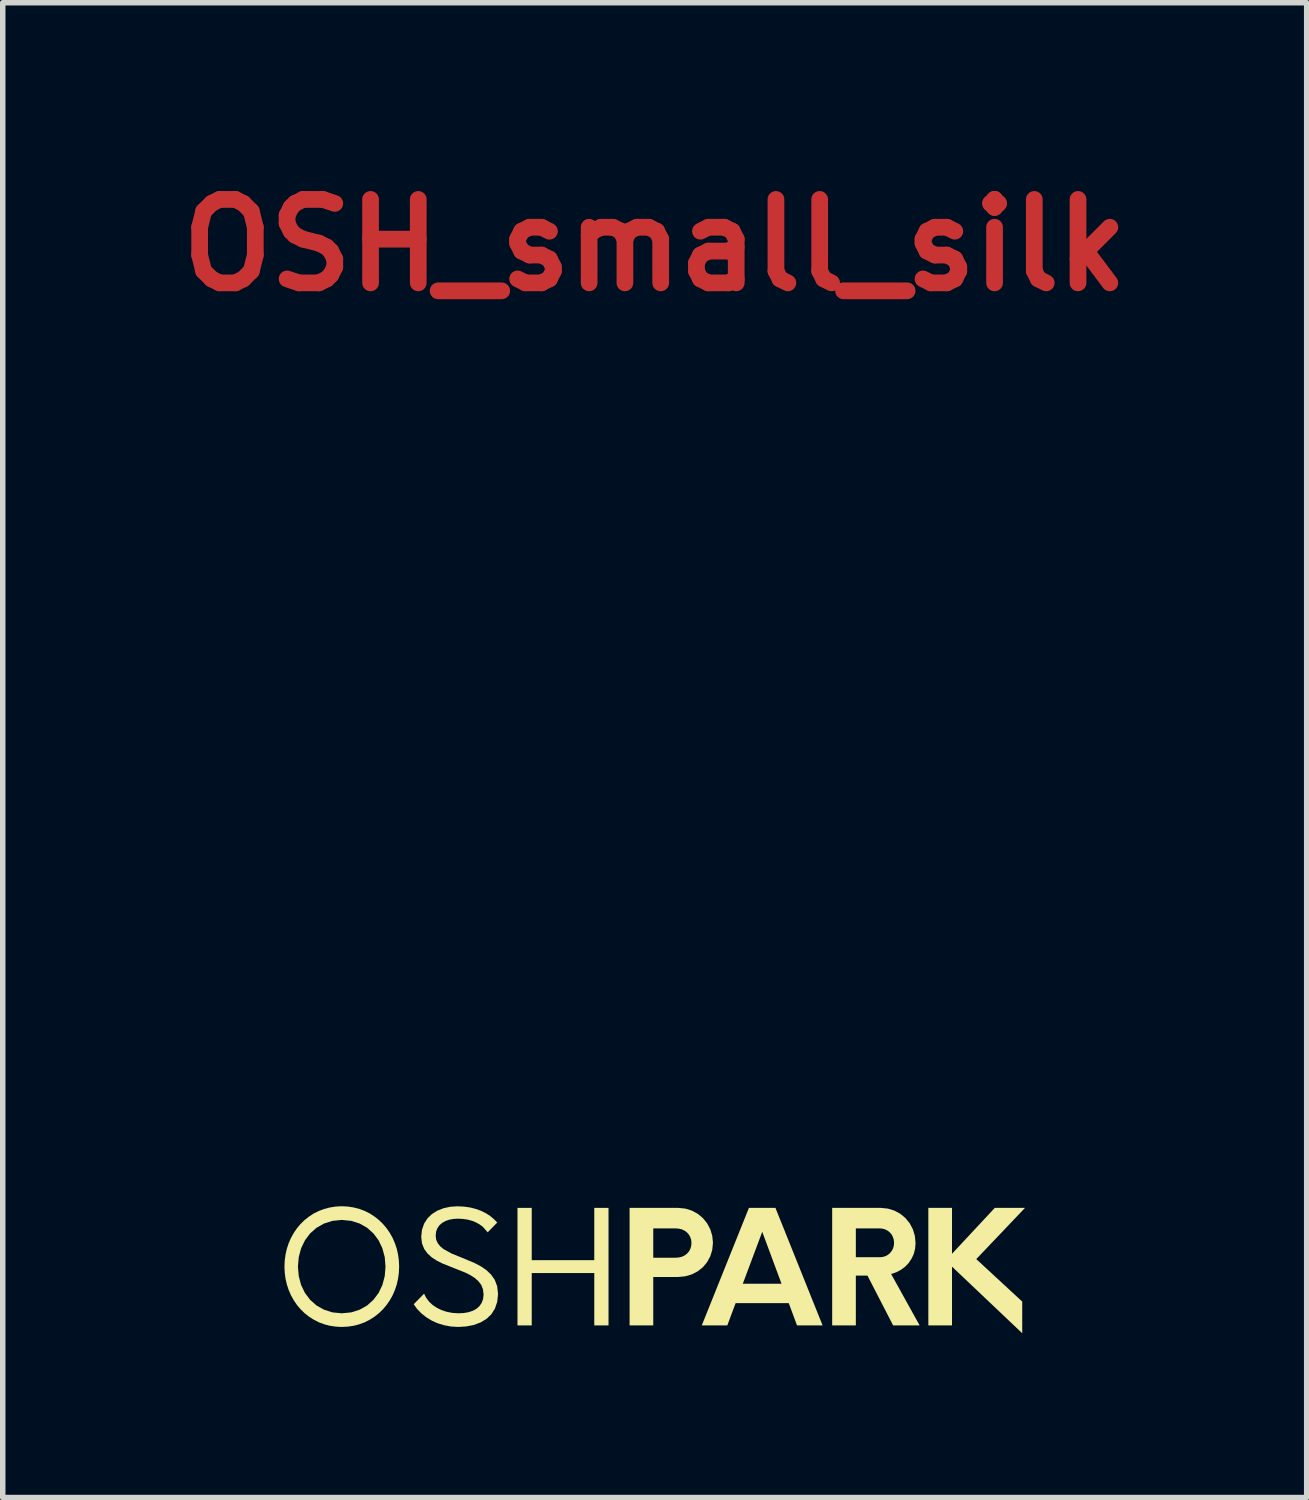
<source format=kicad_pcb>
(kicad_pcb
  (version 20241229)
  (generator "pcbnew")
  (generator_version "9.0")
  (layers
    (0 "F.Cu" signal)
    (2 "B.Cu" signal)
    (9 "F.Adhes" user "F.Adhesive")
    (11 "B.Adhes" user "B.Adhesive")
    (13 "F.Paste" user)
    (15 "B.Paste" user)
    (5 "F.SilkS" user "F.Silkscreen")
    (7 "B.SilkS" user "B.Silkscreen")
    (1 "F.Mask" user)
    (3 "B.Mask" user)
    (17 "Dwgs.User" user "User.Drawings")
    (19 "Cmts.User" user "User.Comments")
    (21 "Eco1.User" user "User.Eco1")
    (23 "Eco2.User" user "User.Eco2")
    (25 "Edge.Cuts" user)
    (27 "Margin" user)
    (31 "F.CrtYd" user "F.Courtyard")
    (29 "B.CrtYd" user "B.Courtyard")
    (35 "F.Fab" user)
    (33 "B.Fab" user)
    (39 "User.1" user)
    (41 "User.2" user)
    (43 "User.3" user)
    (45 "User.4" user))
  (footprint "OSH_small_silk"
    (layer "F.Cu")
    (at 8.905 12.884)
    (property "Reference" "OSH_small_silk" (at 0 -11.458 0) (layer "F.Cu") (effects (font (size 1.524 1.524) (thickness 0.305))))
    (attr smd)
    (fp_poly (pts (xy 0.001 -8.41) (xy 0.00043 -3.623) (xy 0.213 -3.612) (xy 0.42 -3.581) (xy 0.619 -3.53) (xy 0.81 -3.46) (xy 0.992 -3.372) (xy 1.164 -3.268) (xy 1.324 -3.148) (xy 1.472 -3.014) (xy 1.606 -2.866) (xy 1.726 -2.706) (xy 1.83 -2.534) (xy 1.918 -2.352) (xy 1.988 -2.161) (xy 2.039 -1.962) (xy 2.07 -1.755) (xy 2.081 -1.542) (xy 2.07 -1.329) (xy 2.039 -1.123) (xy 1.988 -0.923) (xy 1.918 -0.732) (xy 1.83 -0.55) (xy 1.726 -0.378) (xy 1.606 -0.218) (xy 1.472 -0.07) (xy 1.324 0.064) (xy 1.164 0.184) (xy 0.992 0.288) (xy 0.81 0.376) (xy 0.619 0.446) (xy 0.42 0.497) (xy 0.213 0.529) (xy 0.00043 0.539) (xy -0.212 0.529) (xy -0.419 0.497) (xy -0.618 0.446) (xy -0.81 0.376) (xy -0.991 0.288) (xy -1.163 0.184) (xy -1.323 0.064) (xy -1.471 -0.07) (xy -1.605 -0.218) (xy -1.725 -0.378) (xy -1.829 -0.55) (xy -1.917 -0.732) (xy -1.987 -0.923) (xy -2.038 -1.123) (xy -2.07 -1.329) (xy -2.08 -1.542) (xy -2.07 -1.755) (xy -2.038 -1.962) (xy -1.987 -2.161) (xy -1.917 -2.352) (xy -1.829 -2.534) (xy -1.725 -2.706) (xy -1.605 -2.866) (xy -1.471 -3.014) (xy -1.323 -3.148) (xy -1.163 -3.268) (xy -0.991 -3.372) (xy -0.81 -3.46) (xy -0.618 -3.53) (xy -0.419 -3.581) (xy -0.212 -3.612) (xy 0.00043 -3.623) (xy 0.001 -8.41) (xy -0.141 -8.394) (xy -0.267 -8.349) (xy -0.378 -8.28) (xy -0.474 -8.188) (xy -0.556 -8.079) (xy -0.625 -7.956) (xy -0.682 -7.822) (xy -0.728 -7.682) (xy -1.049 -6.463) (xy -1.303 -6.403) (xy -1.553 -6.331) (xy -2.438 -7.224) (xy -2.554 -7.326) (xy -2.673 -7.414) (xy -2.795 -7.487) (xy -2.92 -7.54) (xy -3.046 -7.57) (xy -3.174 -7.574) (xy -3.303 -7.548) (xy -3.434 -7.49) (xy -3.549 -7.405) (xy -3.636 -7.303) (xy -3.697 -7.188) (xy -3.734 -7.061) (xy -3.751 -6.925) (xy -3.749 -6.784) (xy -3.731 -6.639) (xy -3.7 -6.495) (xy -3.369 -5.282) (xy -3.559 -5.102) (xy -3.739 -4.913) (xy -4.952 -5.243) (xy -5.103 -5.273) (xy -5.251 -5.291) (xy -5.393 -5.293) (xy -5.527 -5.277) (xy -5.651 -5.239) (xy -5.764 -5.179) (xy -5.863 -5.092) (xy -5.947 -4.977) (xy -6.005 -4.845) (xy -6.029 -4.714) (xy -6.024 -4.583) (xy -5.993 -4.454) (xy -5.939 -4.329) (xy -5.867 -4.207) (xy -5.78 -4.091) (xy -5.68 -3.981) (xy -4.788 -3.097) (xy -4.862 -2.847) (xy -4.924 -2.591) (xy -6.139 -2.271) (xy -6.286 -2.222) (xy -6.422 -2.163) (xy -6.546 -2.094) (xy -6.654 -2.013) (xy -6.743 -1.918) (xy -6.81 -1.809) (xy -6.852 -1.685) (xy -6.867 -1.543) (xy -6.852 -1.401) (xy -6.807 -1.275) (xy -6.737 -1.164) (xy -6.646 -1.068) (xy -6.537 -0.986) (xy -6.413 -0.917) (xy -6.28 -0.86) (xy -6.139 -0.814) (xy -4.924 -0.494) (xy -4.862 -0.239) (xy -4.788 0.011) (xy -5.68 0.896) (xy -5.783 1.012) (xy -5.872 1.131) (xy -5.944 1.253) (xy -5.997 1.377) (xy -6.027 1.503) (xy -6.031 1.631) (xy -6.006 1.761) (xy -5.947 1.891) (xy -5.863 2.007) (xy -5.761 2.093) (xy -5.645 2.154) (xy -5.518 2.192) (xy -5.382 2.208) (xy -5.241 2.206) (xy -5.096 2.188) (xy -4.952 2.158) (xy -3.739 1.826) (xy -3.559 2.016) (xy -3.369 2.196) (xy -3.7 3.409) (xy -3.731 3.561) (xy -3.749 3.708) (xy -3.751 3.85) (xy -3.734 3.984) (xy -3.697 4.109) (xy -3.636 4.221) (xy -3.55 4.32) (xy -3.434 4.404) (xy -3.303 4.462) (xy -3.171 4.486) (xy -3.041 4.481) (xy -2.912 4.45) (xy -2.786 4.397) (xy -2.665 4.324) (xy -2.549 4.237) (xy -2.439 4.138) (xy -1.554 3.245) (xy -1.304 3.319) (xy -1.049 3.381) (xy -0.729 4.596) (xy -0.679 4.742) (xy -0.621 4.879) (xy -0.551 5.002) (xy -0.47 5.11) (xy -0.376 5.199) (xy -0.267 5.266) (xy -0.142 5.309) (xy 0.0001 5.324) (xy 0.142 5.308) (xy 0.268 5.263) (xy 0.379 5.194) (xy 0.474 5.103) (xy 0.557 4.993) (xy 0.626 4.87) (xy 0.683 4.737) (xy 0.728 4.596) (xy 1.048 3.381) (xy 1.303 3.319) (xy 1.554 3.245) (xy 2.439 4.138) (xy 2.554 4.24) (xy 2.673 4.329) (xy 2.795 4.402) (xy 2.92 4.455) (xy 3.046 4.485) (xy 3.174 4.489) (xy 3.303 4.463) (xy 3.434 4.405) (xy 3.549 4.32) (xy 3.636 4.218) (xy 3.697 4.103) (xy 3.734 3.976) (xy 3.751 3.84) (xy 3.749 3.699) (xy 3.731 3.554) (xy 3.701 3.41) (xy 3.369 2.197) (xy 3.559 2.016) (xy 3.738 1.827) (xy 4.952 2.158) (xy 5.103 2.189) (xy 5.251 2.206) (xy 5.393 2.208) (xy 5.527 2.191) (xy 5.651 2.154) (xy 5.764 2.093) (xy 5.863 2.007) (xy 5.947 1.891) (xy 6.005 1.76) (xy 6.029 1.628) (xy 6.024 1.498) (xy 5.993 1.369) (xy 5.939 1.244) (xy 5.867 1.122) (xy 5.779 1.006) (xy 5.68 0.896) (xy 4.788 0.011) (xy 4.862 -0.239) (xy 4.923 -0.494) (xy 6.139 -0.814) (xy 6.285 -0.863) (xy 6.422 -0.922) (xy 6.546 -0.991) (xy 6.653 -1.073) (xy 6.743 -1.167) (xy 6.81 -1.276) (xy 6.852 -1.401) (xy 6.867 -1.543) (xy 6.852 -1.685) (xy 6.808 -1.81) (xy 6.738 -1.921) (xy 6.647 -2.017) (xy 6.538 -2.099) (xy 6.415 -2.168) (xy 6.281 -2.225) (xy 6.14 -2.27) (xy 4.925 -2.59) (xy 4.864 -2.846) (xy 4.789 -3.096) (xy 5.682 -3.981) (xy 5.784 -4.097) (xy 5.873 -4.216) (xy 5.945 -4.337) (xy 5.998 -4.462) (xy 6.028 -4.588) (xy 6.032 -4.716) (xy 6.007 -4.846) (xy 5.948 -4.976) (xy 5.864 -5.091) (xy 5.762 -5.178) (xy 5.646 -5.239) (xy 5.519 -5.276) (xy 5.384 -5.293) (xy 5.242 -5.291) (xy 5.098 -5.273) (xy 4.953 -5.242) (xy 3.74 -4.912) (xy 3.56 -5.101) (xy 3.371 -5.281) (xy 3.702 -6.494) (xy 3.733 -6.645) (xy 3.75 -6.793) (xy 3.752 -6.935) (xy 3.736 -7.069) (xy 3.698 -7.193) (xy 3.638 -7.306) (xy 3.551 -7.406) (xy 3.435 -7.49) (xy 3.304 -7.547) (xy 3.173 -7.571) (xy 3.042 -7.566) (xy 2.913 -7.535) (xy 2.788 -7.481) (xy 2.666 -7.409) (xy 2.55 -7.322) (xy 2.44 -7.223) (xy 1.555 -6.33) (xy 1.306 -6.403) (xy 1.051 -6.462) (xy 0.73 -7.681) (xy 0.681 -7.828) (xy 0.622 -7.965) (xy 0.552 -8.088) (xy 0.471 -8.196) (xy 0.377 -8.285) (xy 0.268 -8.353) (xy 0.143 -8.395) (xy 0.001 -8.41) (xy 0.001 -8.41)) (stroke (width 0.074) (type solid)) (fill yes) (layer "F.Mask"))
    (fp_poly (pts (xy 6.761 6.121) (xy 6.209 6.121) (xy 5.428 6.959) (xy 5.428 6.121) (xy 4.996 6.121) (xy 4.996 8.267) (xy 5.428 8.267) (xy 5.428 7.194) (xy 6.71 8.41) (xy 6.71 7.832) (xy 5.871 7.056) (xy 6.761 6.121)) (stroke (width 0) (type solid)) (fill yes) (layer "F.SilkS"))
    (fp_poly (pts (xy -1.104 6.121) (xy -1.104 7.076) (xy -2.246 7.076) (xy -2.246 6.121) (xy -2.506 6.121) (xy -2.506 8.267) (xy -2.246 8.267) (xy -2.246 7.311) (xy -1.104 7.311) (xy -1.104 8.267) (xy -0.844 8.267) (xy -0.844 6.121) (xy -1.104 6.121)) (stroke (width 0) (type solid)) (fill yes) (layer "F.SilkS"))
    (fp_poly (pts (xy 2.598 8.267) (xy 1.963 6.558) (xy 2.315 7.506) (xy 1.608 7.506) (xy 1.963 6.558) (xy 2.598 8.267) (xy 3.065 8.267) (xy 2.204 6.121) (xy 1.72 6.121) (xy 0.859 8.267) (xy 1.325 8.267) (xy 1.477 7.86) (xy 2.447 7.86) (xy 2.598 8.267)) (stroke (width 0) (type solid)) (fill yes) (layer "F.SilkS"))
    (fp_poly (pts (xy 0.428 6.121) (xy -0.027 6.496) (xy 0.388 6.496) (xy 0.445 6.501) (xy 0.499 6.515) (xy 0.547 6.538) (xy 0.589 6.57) (xy 0.623 6.608) (xy 0.649 6.654) (xy 0.665 6.705) (xy 0.671 6.762) (xy 0.665 6.82) (xy 0.649 6.873) (xy 0.623 6.919) (xy 0.589 6.957) (xy 0.547 6.989) (xy 0.499 7.012) (xy 0.445 7.026) (xy 0.388 7.031) (xy 0.388 7.031) (xy -0.027 7.031) (xy -0.027 6.496) (xy 0.428 6.121) (xy -0.459 6.121) (xy -0.459 8.267) (xy -0.027 8.267) (xy -0.027 7.383) (xy 0.428 7.383) (xy 0.558 7.37) (xy 0.678 7.335) (xy 0.786 7.279) (xy 0.88 7.204) (xy 0.956 7.112) (xy 1.014 7.006) (xy 1.05 6.888) (xy 1.063 6.759) (xy 1.05 6.63) (xy 1.014 6.511) (xy 0.956 6.402) (xy 0.88 6.308) (xy 0.786 6.23) (xy 0.678 6.171) (xy 0.558 6.134) (xy 0.428 6.121) (xy 0.428 6.121)) (stroke (width 0) (type solid)) (fill yes) (layer "F.SilkS"))
    (fp_poly (pts (xy 4.317 7.328) (xy 4.11 7.022) (xy 3.672 7.022) (xy 3.672 6.496) (xy 4.11 6.496) (xy 4.163 6.501) (xy 4.212 6.516) (xy 4.257 6.54) (xy 4.295 6.571) (xy 4.327 6.61) (xy 4.35 6.655) (xy 4.365 6.705) (xy 4.37 6.759) (xy 4.365 6.813) (xy 4.351 6.863) (xy 4.327 6.907) (xy 4.296 6.946) (xy 4.258 6.978) (xy 4.214 7.002) (xy 4.164 7.017) (xy 4.11 7.022) (xy 4.11 7.022) (xy 4.317 7.328) (xy 4.41 7.297) (xy 4.496 7.252) (xy 4.572 7.195) (xy 4.637 7.127) (xy 4.69 7.048) (xy 4.73 6.961) (xy 4.754 6.865) (xy 4.762 6.762) (xy 4.75 6.632) (xy 4.713 6.511) (xy 4.655 6.402) (xy 4.578 6.307) (xy 4.484 6.229) (xy 4.376 6.171) (xy 4.256 6.134) (xy 4.127 6.121) (xy 3.24 6.121) (xy 3.24 8.267) (xy 3.672 8.267) (xy 3.672 7.357) (xy 3.884 7.357) (xy 4.353 8.267) (xy 4.837 8.267) (xy 4.316 7.328) (xy 4.317 7.328)) (stroke (width 0) (type solid)) (fill yes) (layer "F.SilkS"))
    (fp_poly (pts (xy -3.591 8.295) (xy -3.442 8.286) (xy -3.304 8.259) (xy -3.18 8.213) (xy -3.072 8.148) (xy -2.984 8.064) (xy -2.918 7.96) (xy -2.876 7.836) (xy -2.861 7.692) (xy -2.877 7.552) (xy -2.921 7.435) (xy -2.99 7.337) (xy -3.078 7.254) (xy -3.18 7.185) (xy -3.292 7.127) (xy -3.528 7.028) (xy -3.707 6.956) (xy -3.857 6.873) (xy -3.916 6.824) (xy -3.961 6.768) (xy -3.99 6.704) (xy -4 6.63) (xy -3.992 6.555) (xy -3.968 6.491) (xy -3.93 6.437) (xy -3.88 6.394) (xy -3.82 6.36) (xy -3.752 6.337) (xy -3.677 6.323) (xy -3.597 6.318) (xy -3.501 6.323) (xy -3.413 6.336) (xy -3.333 6.358) (xy -3.26 6.388) (xy -3.196 6.424) (xy -3.139 6.466) (xy -3.05 6.567) (xy -2.876 6.389) (xy -2.935 6.327) (xy -3.003 6.271) (xy -3.081 6.22) (xy -3.169 6.176) (xy -3.265 6.141) (xy -3.369 6.114) (xy -3.482 6.098) (xy -3.603 6.092) (xy -3.735 6.101) (xy -3.858 6.128) (xy -3.97 6.172) (xy -4.069 6.234) (xy -4.15 6.313) (xy -4.211 6.409) (xy -4.25 6.521) (xy -4.264 6.649) (xy -4.25 6.769) (xy -4.21 6.87) (xy -4.149 6.954) (xy -4.071 7.025) (xy -3.978 7.085) (xy -3.875 7.137) (xy -3.654 7.225) (xy -3.457 7.304) (xy -3.367 7.349) (xy -3.287 7.4) (xy -3.22 7.459) (xy -3.168 7.528) (xy -3.136 7.609) (xy -3.125 7.705) (xy -3.135 7.789) (xy -3.162 7.86) (xy -3.204 7.919) (xy -3.259 7.966) (xy -3.327 8.002) (xy -3.404 8.027) (xy -3.49 8.041) (xy -3.583 8.046) (xy -3.691 8.039) (xy -3.793 8.02) (xy -3.889 7.989) (xy -3.976 7.947) (xy -4.053 7.896) (xy -4.119 7.835) (xy -4.172 7.765) (xy -4.212 7.688) (xy -4.401 7.88) (xy -4.338 7.968) (xy -4.261 8.047) (xy -4.172 8.118) (xy -4.072 8.179) (xy -3.963 8.228) (xy -3.845 8.264) (xy -3.721 8.287) (xy -3.591 8.295) (xy -3.591 8.295)) (stroke (width 0) (type solid)) (fill yes) (layer "F.SilkS"))
    (fp_poly (pts (xy -5.714 8.295) (xy -5.714 8.046) (xy -5.885 8.029) (xy -6.039 7.98) (xy -6.176 7.903) (xy -6.293 7.799) (xy -6.387 7.674) (xy -6.457 7.529) (xy -6.5 7.368) (xy -6.515 7.194) (xy -6.5 7.02) (xy -6.457 6.859) (xy -6.387 6.714) (xy -6.293 6.588) (xy -6.176 6.485) (xy -6.039 6.407) (xy -5.885 6.358) (xy -5.714 6.341) (xy -5.542 6.358) (xy -5.388 6.407) (xy -5.251 6.485) (xy -5.136 6.588) (xy -5.042 6.714) (xy -4.973 6.859) (xy -4.93 7.02) (xy -4.916 7.194) (xy -4.93 7.368) (xy -4.973 7.529) (xy -5.042 7.674) (xy -5.136 7.799) (xy -5.251 7.903) (xy -5.388 7.98) (xy -5.542 8.029) (xy -5.714 8.046) (xy -5.714 8.295) (xy -5.602 8.289) (xy -5.495 8.273) (xy -5.392 8.246) (xy -5.294 8.209) (xy -5.202 8.162) (xy -5.116 8.107) (xy -5.036 8.044) (xy -4.963 7.973) (xy -4.897 7.895) (xy -4.838 7.81) (xy -4.787 7.719) (xy -4.745 7.623) (xy -4.711 7.521) (xy -4.687 7.416) (xy -4.672 7.306) (xy -4.667 7.193) (xy -4.672 7.081) (xy -4.687 6.971) (xy -4.711 6.865) (xy -4.745 6.764) (xy -4.787 6.668) (xy -4.838 6.577) (xy -4.897 6.492) (xy -4.963 6.414) (xy -5.036 6.343) (xy -5.116 6.28) (xy -5.202 6.224) (xy -5.294 6.178) (xy -5.392 6.141) (xy -5.495 6.114) (xy -5.602 6.097) (xy -5.714 6.091) (xy -5.826 6.097) (xy -5.934 6.114) (xy -6.037 6.141) (xy -6.135 6.178) (xy -6.227 6.224) (xy -6.313 6.28) (xy -6.393 6.343) (xy -6.466 6.414) (xy -6.532 6.492) (xy -6.59 6.577) (xy -6.641 6.668) (xy -6.683 6.764) (xy -6.717 6.865) (xy -6.741 6.971) (xy -6.756 7.081) (xy -6.761 7.193) (xy -6.756 7.306) (xy -6.741 7.416) (xy -6.717 7.521) (xy -6.683 7.623) (xy -6.641 7.719) (xy -6.59 7.81) (xy -6.532 7.895) (xy -6.466 7.973) (xy -6.393 8.044) (xy -6.313 8.107) (xy -6.227 8.162) (xy -6.135 8.209) (xy -6.037 8.246) (xy -5.934 8.273) (xy -5.826 8.289) (xy -5.714 8.295)) (stroke (width 0) (type solid)) (fill yes) (layer "F.SilkS")))
  (gr_rect
    (start -3 -3)
    (end 20.809 24.294)
    (stroke (width 0.1) (type default))
    (fill no)
    (layer "Edge.Cuts")))
</source>
